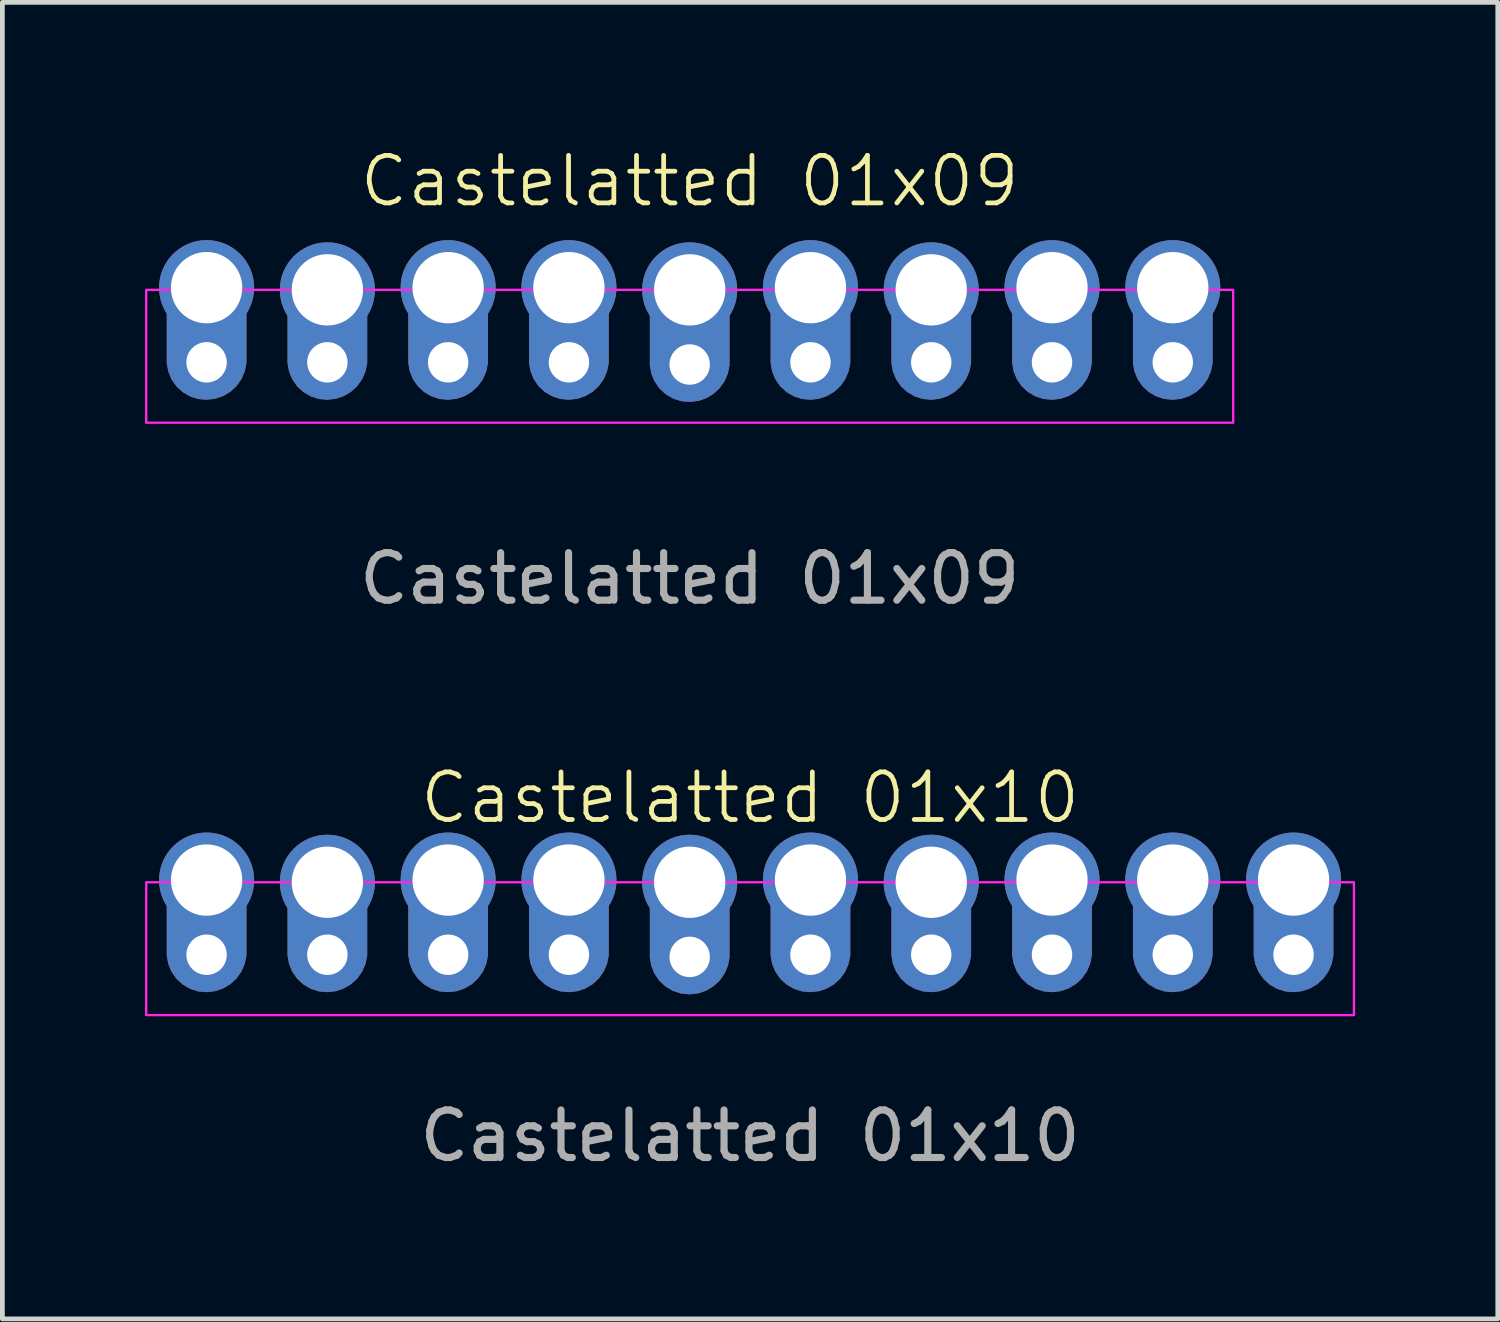
<source format=kicad_pcb>
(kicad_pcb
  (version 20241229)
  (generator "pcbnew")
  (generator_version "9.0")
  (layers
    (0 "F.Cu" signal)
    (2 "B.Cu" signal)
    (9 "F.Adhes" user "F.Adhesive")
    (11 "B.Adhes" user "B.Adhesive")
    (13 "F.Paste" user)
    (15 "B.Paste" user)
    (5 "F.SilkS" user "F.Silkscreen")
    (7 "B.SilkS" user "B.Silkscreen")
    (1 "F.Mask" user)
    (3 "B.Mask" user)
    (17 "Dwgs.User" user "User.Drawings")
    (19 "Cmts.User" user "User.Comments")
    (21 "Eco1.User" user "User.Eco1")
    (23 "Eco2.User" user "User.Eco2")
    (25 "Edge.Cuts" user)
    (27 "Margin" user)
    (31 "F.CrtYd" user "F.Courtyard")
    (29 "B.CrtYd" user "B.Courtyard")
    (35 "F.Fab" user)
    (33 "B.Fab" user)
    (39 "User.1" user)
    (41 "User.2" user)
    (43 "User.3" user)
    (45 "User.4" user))
  (footprint "Castelatted 01x09"
    (layer "F.Cu")
    (at 11.455 3.808)
    (property "Reference" "Castelatted 01x09" (at 0 -3.048 0) (unlocked yes) (layer "F.SilkS") (effects (font (size 1 1) (thickness 0.1))))
    (attr smd)
    (fp_rect (start -11.43 -0.762) (end 11.43 2.032) (stroke (width 0.05) (type default)) (fill no) (layer "F.CrtYd"))
    (fp_rect (start -10.414 0.508) (end -9.906 1.016) (stroke (width 0.1) (type default)) (fill no) (layer "F.Fab"))
    (fp_rect (start -10.414 0.508) (end -9.906 1.016) (stroke (width 0.1) (type default)) (fill no) (layer "F.Fab"))
    (fp_text user "${REFERENCE}" (at 0 5.31 0) (unlocked yes) (layer "F.Fab") (effects (font (size 1 1) (thickness 0.15))))
    (pad "1" thru_hole circle (at -10.16 -0.808 270) (size 2 2) (drill 1.5) (layers "*.Cu" "*.Mask") (remove_unused_layers yes) (keep_end_layers yes) (zone_layer_connections))
    (pad "1" thru_hole custom (at -10.16 0.762 90) (size 1.016 1.016) (drill 0.85) (layers "*.Cu" "*.Mask") (remove_unused_layers yes) (keep_end_layers yes) (zone_layer_connections) (options (anchor circle)) (primitives (gr_poly (pts (xy -0.189 0.803) (xy -0.352 0.733) (xy -0.498 0.63) (xy -0.619 0.499) (xy -0.71 0.346) (xy -0.767 0.177) (xy -0.787 0.001) (xy -0.787 -0.001) (xy -0.771 -0.179) (xy -0.716 -0.349) (xy -0.625 -0.505) (xy -0.504 -0.636) (xy -0.356 -0.739) (xy -0.19 -0.807) (xy -0.014 -0.838) (xy 1.27 -0.838) (xy 1.27 0.838) (xy -0.014 0.838)) (width 0) (fill yes))))
    (pad "2" thru_hole circle (at -7.62 -0.762 270) (size 2 2) (drill 1.5) (layers "*.Cu" "*.Mask") (remove_unused_layers yes) (keep_end_layers yes) (zone_layer_connections))
    (pad "2" thru_hole custom (at -7.62 0.762 90) (size 1.016 1.016) (drill 0.85) (layers "*.Cu" "*.Mask") (remove_unused_layers yes) (keep_end_layers yes) (zone_layer_connections) (options (anchor circle)) (primitives (gr_poly (pts (xy -0.189 0.803) (xy -0.352 0.733) (xy -0.498 0.63) (xy -0.619 0.499) (xy -0.71 0.346) (xy -0.767 0.177) (xy -0.787 0.001) (xy -0.787 -0.001) (xy -0.771 -0.179) (xy -0.716 -0.349) (xy -0.625 -0.505) (xy -0.504 -0.636) (xy -0.356 -0.739) (xy -0.19 -0.807) (xy -0.014 -0.838) (xy 1.27 -0.838) (xy 1.27 0.838) (xy -0.014 0.838)) (width 0) (fill yes))))
    (pad "3" thru_hole circle (at -5.08 -0.808 270) (size 2 2) (drill 1.5) (layers "*.Cu" "*.Mask") (remove_unused_layers yes) (keep_end_layers yes) (zone_layer_connections))
    (pad "3" thru_hole custom (at -5.08 0.762 90) (size 1.016 1.016) (drill 0.85) (layers "*.Cu" "*.Mask") (remove_unused_layers yes) (keep_end_layers yes) (zone_layer_connections) (options (anchor circle)) (primitives (gr_poly (pts (xy -0.189 0.803) (xy -0.352 0.733) (xy -0.498 0.63) (xy -0.619 0.499) (xy -0.71 0.346) (xy -0.767 0.177) (xy -0.787 0.001) (xy -0.787 -0.001) (xy -0.771 -0.179) (xy -0.716 -0.349) (xy -0.625 -0.505) (xy -0.504 -0.636) (xy -0.356 -0.739) (xy -0.19 -0.807) (xy -0.014 -0.838) (xy 1.27 -0.838) (xy 1.27 0.838) (xy -0.014 0.838)) (width 0) (fill yes))))
    (pad "4" thru_hole circle (at -2.54 -0.808 270) (size 2 2) (drill 1.5) (layers "*.Cu" "*.Mask") (remove_unused_layers yes) (keep_end_layers yes) (zone_layer_connections))
    (pad "4" thru_hole custom (at -2.54 0.762 90) (size 1.016 1.016) (drill 0.85) (layers "*.Cu" "*.Mask") (remove_unused_layers yes) (keep_end_layers yes) (zone_layer_connections) (options (anchor circle)) (primitives (gr_poly (pts (xy -0.189 0.803) (xy -0.352 0.733) (xy -0.498 0.63) (xy -0.619 0.499) (xy -0.71 0.346) (xy -0.767 0.177) (xy -0.787 0.001) (xy -0.787 -0.001) (xy -0.771 -0.179) (xy -0.716 -0.349) (xy -0.625 -0.505) (xy -0.504 -0.636) (xy -0.356 -0.739) (xy -0.19 -0.807) (xy -0.014 -0.838) (xy 1.27 -0.838) (xy 1.27 0.838) (xy -0.014 0.838)) (width 0) (fill yes))))
    (pad "5" thru_hole circle (at 0 -0.762 270) (size 2 2) (drill 1.5) (layers "*.Cu" "*.Mask") (remove_unused_layers yes) (keep_end_layers yes) (zone_layer_connections))
    (pad "5" thru_hole custom (at 0 0.808 90) (size 1.016 1.016) (drill 0.85) (layers "*.Cu" "*.Mask") (remove_unused_layers yes) (keep_end_layers yes) (zone_layer_connections) (options (anchor circle)) (primitives (gr_poly (pts (xy -0.189 0.803) (xy -0.352 0.733) (xy -0.498 0.63) (xy -0.619 0.499) (xy -0.71 0.346) (xy -0.767 0.177) (xy -0.787 0.001) (xy -0.787 -0.001) (xy -0.771 -0.179) (xy -0.716 -0.349) (xy -0.625 -0.505) (xy -0.504 -0.636) (xy -0.356 -0.739) (xy -0.19 -0.807) (xy -0.014 -0.838) (xy 1.27 -0.838) (xy 1.27 0.838) (xy -0.014 0.838)) (width 0) (fill yes))))
    (pad "6" thru_hole circle (at 2.54 -0.808 270) (size 2 2) (drill 1.5) (layers "*.Cu" "*.Mask") (remove_unused_layers yes) (keep_end_layers yes) (zone_layer_connections))
    (pad "6" thru_hole custom (at 2.54 0.762 90) (size 1.016 1.016) (drill 0.85) (layers "*.Cu" "*.Mask") (remove_unused_layers yes) (keep_end_layers yes) (zone_layer_connections) (options (anchor circle)) (primitives (gr_poly (pts (xy -0.189 0.803) (xy -0.352 0.733) (xy -0.498 0.63) (xy -0.619 0.499) (xy -0.71 0.346) (xy -0.767 0.177) (xy -0.787 0.001) (xy -0.787 -0.001) (xy -0.771 -0.179) (xy -0.716 -0.349) (xy -0.625 -0.505) (xy -0.504 -0.636) (xy -0.356 -0.739) (xy -0.19 -0.807) (xy -0.014 -0.838) (xy 1.27 -0.838) (xy 1.27 0.838) (xy -0.014 0.838)) (width 0) (fill yes))))
    (pad "7" thru_hole circle (at 5.08 -0.762 270) (size 2 2) (drill 1.5) (layers "*.Cu" "*.Mask") (remove_unused_layers yes) (keep_end_layers yes) (zone_layer_connections))
    (pad "7" thru_hole custom (at 5.08 0.762 90) (size 1.016 1.016) (drill 0.85) (layers "*.Cu" "*.Mask") (remove_unused_layers yes) (keep_end_layers yes) (zone_layer_connections) (options (anchor circle)) (primitives (gr_poly (pts (xy -0.189 0.803) (xy -0.352 0.733) (xy -0.498 0.63) (xy -0.619 0.499) (xy -0.71 0.346) (xy -0.767 0.177) (xy -0.787 0.001) (xy -0.787 -0.001) (xy -0.771 -0.179) (xy -0.716 -0.349) (xy -0.625 -0.505) (xy -0.504 -0.636) (xy -0.356 -0.739) (xy -0.19 -0.807) (xy -0.014 -0.838) (xy 1.27 -0.838) (xy 1.27 0.838) (xy -0.014 0.838)) (width 0) (fill yes))))
    (pad "8" thru_hole circle (at 7.62 -0.808 270) (size 2 2) (drill 1.5) (layers "*.Cu" "*.Mask") (remove_unused_layers yes) (keep_end_layers yes) (zone_layer_connections))
    (pad "8" thru_hole custom (at 7.62 0.762 90) (size 1.016 1.016) (drill 0.85) (layers "*.Cu" "*.Mask") (remove_unused_layers yes) (keep_end_layers yes) (zone_layer_connections) (options (anchor circle)) (primitives (gr_poly (pts (xy -0.189 0.803) (xy -0.352 0.733) (xy -0.498 0.63) (xy -0.619 0.499) (xy -0.71 0.346) (xy -0.767 0.177) (xy -0.787 0.001) (xy -0.787 -0.001) (xy -0.771 -0.179) (xy -0.716 -0.349) (xy -0.625 -0.505) (xy -0.504 -0.636) (xy -0.356 -0.739) (xy -0.19 -0.807) (xy -0.014 -0.838) (xy 1.27 -0.838) (xy 1.27 0.838) (xy -0.014 0.838)) (width 0) (fill yes))))
    (pad "9" thru_hole circle (at 10.16 -0.808 270) (size 2 2) (drill 1.5) (layers "*.Cu" "*.Mask") (remove_unused_layers yes) (keep_end_layers yes) (zone_layer_connections))
    (pad "9" thru_hole custom (at 10.16 0.762 90) (size 1.016 1.016) (drill 0.85) (layers "*.Cu" "*.Mask") (remove_unused_layers yes) (keep_end_layers yes) (zone_layer_connections) (options (anchor circle)) (primitives (gr_poly (pts (xy -0.189 0.803) (xy -0.352 0.733) (xy -0.498 0.63) (xy -0.619 0.499) (xy -0.71 0.346) (xy -0.767 0.177) (xy -0.787 0.001) (xy -0.787 -0.001) (xy -0.771 -0.179) (xy -0.716 -0.349) (xy -0.625 -0.505) (xy -0.504 -0.636) (xy -0.356 -0.739) (xy -0.19 -0.807) (xy -0.014 -0.838) (xy 1.27 -0.838) (xy 1.27 0.838) (xy -0.014 0.838)) (width 0) (fill yes)))))
  (footprint "Castelatted 01x10"
    (layer "F.Cu")
    (at 12.725 16.775)
    (property "Reference" "Castelatted 01x10" (at 0 -3.048 0) (unlocked yes) (layer "F.SilkS") (effects (font (size 1 1) (thickness 0.1))))
    (attr smd)
    (fp_rect (start -12.7 -1.27) (end 12.7 1.524) (stroke (width 0.05) (type default)) (fill no) (layer "F.CrtYd"))
    (fp_rect (start -11.684 0) (end -11.176 0.508) (stroke (width 0.1) (type default)) (fill no) (layer "F.Fab"))
    (fp_rect (start -11.684 0) (end -11.176 0.508) (stroke (width 0.1) (type default)) (fill no) (layer "F.Fab"))
    (fp_text user "${REFERENCE}" (at 0 4.064 0) (unlocked yes) (layer "F.Fab") (effects (font (size 1 1) (thickness 0.15))))
    (pad "1" thru_hole circle (at -11.43 -1.316 270) (size 2 2) (drill 1.5) (layers "*.Cu" "*.Mask") (remove_unused_layers yes) (keep_end_layers yes) (zone_layer_connections))
    (pad "1" thru_hole custom (at -11.43 0.254 90) (size 1.016 1.016) (drill 0.85) (layers "*.Cu" "*.Mask") (remove_unused_layers yes) (keep_end_layers yes) (zone_layer_connections) (options (anchor circle)) (primitives (gr_poly (pts (xy -0.189 0.803) (xy -0.352 0.733) (xy -0.498 0.63) (xy -0.619 0.499) (xy -0.71 0.346) (xy -0.767 0.177) (xy -0.787 0.001) (xy -0.787 -0.001) (xy -0.771 -0.179) (xy -0.716 -0.349) (xy -0.625 -0.505) (xy -0.504 -0.636) (xy -0.356 -0.739) (xy -0.19 -0.807) (xy -0.014 -0.838) (xy 1.27 -0.838) (xy 1.27 0.838) (xy -0.014 0.838)) (width 0) (fill yes))))
    (pad "2" thru_hole circle (at -8.89 -1.27 270) (size 2 2) (drill 1.5) (layers "*.Cu" "*.Mask") (remove_unused_layers yes) (keep_end_layers yes) (zone_layer_connections))
    (pad "2" thru_hole custom (at -8.89 0.254 90) (size 1.016 1.016) (drill 0.85) (layers "*.Cu" "*.Mask") (remove_unused_layers yes) (keep_end_layers yes) (zone_layer_connections) (options (anchor circle)) (primitives (gr_poly (pts (xy -0.189 0.803) (xy -0.352 0.733) (xy -0.498 0.63) (xy -0.619 0.499) (xy -0.71 0.346) (xy -0.767 0.177) (xy -0.787 0.001) (xy -0.787 -0.001) (xy -0.771 -0.179) (xy -0.716 -0.349) (xy -0.625 -0.505) (xy -0.504 -0.636) (xy -0.356 -0.739) (xy -0.19 -0.807) (xy -0.014 -0.838) (xy 1.27 -0.838) (xy 1.27 0.838) (xy -0.014 0.838)) (width 0) (fill yes))))
    (pad "3" thru_hole circle (at -6.35 -1.316 270) (size 2 2) (drill 1.5) (layers "*.Cu" "*.Mask") (remove_unused_layers yes) (keep_end_layers yes) (zone_layer_connections))
    (pad "3" thru_hole custom (at -6.35 0.254 90) (size 1.016 1.016) (drill 0.85) (layers "*.Cu" "*.Mask") (remove_unused_layers yes) (keep_end_layers yes) (zone_layer_connections) (options (anchor circle)) (primitives (gr_poly (pts (xy -0.189 0.803) (xy -0.352 0.733) (xy -0.498 0.63) (xy -0.619 0.499) (xy -0.71 0.346) (xy -0.767 0.177) (xy -0.787 0.001) (xy -0.787 -0.001) (xy -0.771 -0.179) (xy -0.716 -0.349) (xy -0.625 -0.505) (xy -0.504 -0.636) (xy -0.356 -0.739) (xy -0.19 -0.807) (xy -0.014 -0.838) (xy 1.27 -0.838) (xy 1.27 0.838) (xy -0.014 0.838)) (width 0) (fill yes))))
    (pad "4" thru_hole circle (at -3.81 -1.316 270) (size 2 2) (drill 1.5) (layers "*.Cu" "*.Mask") (remove_unused_layers yes) (keep_end_layers yes) (zone_layer_connections))
    (pad "4" thru_hole custom (at -3.81 0.254 90) (size 1.016 1.016) (drill 0.85) (layers "*.Cu" "*.Mask") (remove_unused_layers yes) (keep_end_layers yes) (zone_layer_connections) (options (anchor circle)) (primitives (gr_poly (pts (xy -0.189 0.803) (xy -0.352 0.733) (xy -0.498 0.63) (xy -0.619 0.499) (xy -0.71 0.346) (xy -0.767 0.177) (xy -0.787 0.001) (xy -0.787 -0.001) (xy -0.771 -0.179) (xy -0.716 -0.349) (xy -0.625 -0.505) (xy -0.504 -0.636) (xy -0.356 -0.739) (xy -0.19 -0.807) (xy -0.014 -0.838) (xy 1.27 -0.838) (xy 1.27 0.838) (xy -0.014 0.838)) (width 0) (fill yes))))
    (pad "5" thru_hole circle (at -1.27 -1.27 270) (size 2 2) (drill 1.5) (layers "*.Cu" "*.Mask") (remove_unused_layers yes) (keep_end_layers yes) (zone_layer_connections))
    (pad "5" thru_hole custom (at -1.27 0.3 90) (size 1.016 1.016) (drill 0.85) (layers "*.Cu" "*.Mask") (remove_unused_layers yes) (keep_end_layers yes) (zone_layer_connections) (options (anchor circle)) (primitives (gr_poly (pts (xy -0.189 0.803) (xy -0.352 0.733) (xy -0.498 0.63) (xy -0.619 0.499) (xy -0.71 0.346) (xy -0.767 0.177) (xy -0.787 0.001) (xy -0.787 -0.001) (xy -0.771 -0.179) (xy -0.716 -0.349) (xy -0.625 -0.505) (xy -0.504 -0.636) (xy -0.356 -0.739) (xy -0.19 -0.807) (xy -0.014 -0.838) (xy 1.27 -0.838) (xy 1.27 0.838) (xy -0.014 0.838)) (width 0) (fill yes))))
    (pad "6" thru_hole circle (at 1.27 -1.316 270) (size 2 2) (drill 1.5) (layers "*.Cu" "*.Mask") (remove_unused_layers yes) (keep_end_layers yes) (zone_layer_connections))
    (pad "6" thru_hole custom (at 1.27 0.254 90) (size 1.016 1.016) (drill 0.85) (layers "*.Cu" "*.Mask") (remove_unused_layers yes) (keep_end_layers yes) (zone_layer_connections) (options (anchor circle)) (primitives (gr_poly (pts (xy -0.189 0.803) (xy -0.352 0.733) (xy -0.498 0.63) (xy -0.619 0.499) (xy -0.71 0.346) (xy -0.767 0.177) (xy -0.787 0.001) (xy -0.787 -0.001) (xy -0.771 -0.179) (xy -0.716 -0.349) (xy -0.625 -0.505) (xy -0.504 -0.636) (xy -0.356 -0.739) (xy -0.19 -0.807) (xy -0.014 -0.838) (xy 1.27 -0.838) (xy 1.27 0.838) (xy -0.014 0.838)) (width 0) (fill yes))))
    (pad "7" thru_hole circle (at 3.81 -1.27 270) (size 2 2) (drill 1.5) (layers "*.Cu" "*.Mask") (remove_unused_layers yes) (keep_end_layers yes) (zone_layer_connections))
    (pad "7" thru_hole custom (at 3.81 0.254 90) (size 1.016 1.016) (drill 0.85) (layers "*.Cu" "*.Mask") (remove_unused_layers yes) (keep_end_layers yes) (zone_layer_connections) (options (anchor circle)) (primitives (gr_poly (pts (xy -0.189 0.803) (xy -0.352 0.733) (xy -0.498 0.63) (xy -0.619 0.499) (xy -0.71 0.346) (xy -0.767 0.177) (xy -0.787 0.001) (xy -0.787 -0.001) (xy -0.771 -0.179) (xy -0.716 -0.349) (xy -0.625 -0.505) (xy -0.504 -0.636) (xy -0.356 -0.739) (xy -0.19 -0.807) (xy -0.014 -0.838) (xy 1.27 -0.838) (xy 1.27 0.838) (xy -0.014 0.838)) (width 0) (fill yes))))
    (pad "8" thru_hole circle (at 6.35 -1.316 270) (size 2 2) (drill 1.5) (layers "*.Cu" "*.Mask") (remove_unused_layers yes) (keep_end_layers yes) (zone_layer_connections))
    (pad "8" thru_hole custom (at 6.35 0.254 90) (size 1.016 1.016) (drill 0.85) (layers "*.Cu" "*.Mask") (remove_unused_layers yes) (keep_end_layers yes) (zone_layer_connections) (options (anchor circle)) (primitives (gr_poly (pts (xy -0.189 0.803) (xy -0.352 0.733) (xy -0.498 0.63) (xy -0.619 0.499) (xy -0.71 0.346) (xy -0.767 0.177) (xy -0.787 0.001) (xy -0.787 -0.001) (xy -0.771 -0.179) (xy -0.716 -0.349) (xy -0.625 -0.505) (xy -0.504 -0.636) (xy -0.356 -0.739) (xy -0.19 -0.807) (xy -0.014 -0.838) (xy 1.27 -0.838) (xy 1.27 0.838) (xy -0.014 0.838)) (width 0) (fill yes))))
    (pad "9" thru_hole circle (at 8.89 -1.316 270) (size 2 2) (drill 1.5) (layers "*.Cu" "*.Mask") (remove_unused_layers yes) (keep_end_layers yes) (zone_layer_connections))
    (pad "9" thru_hole custom (at 8.89 0.254 90) (size 1.016 1.016) (drill 0.85) (layers "*.Cu" "*.Mask") (remove_unused_layers yes) (keep_end_layers yes) (zone_layer_connections) (options (anchor circle)) (primitives (gr_poly (pts (xy -0.189 0.803) (xy -0.352 0.733) (xy -0.498 0.63) (xy -0.619 0.499) (xy -0.71 0.346) (xy -0.767 0.177) (xy -0.787 0.001) (xy -0.787 -0.001) (xy -0.771 -0.179) (xy -0.716 -0.349) (xy -0.625 -0.505) (xy -0.504 -0.636) (xy -0.356 -0.739) (xy -0.19 -0.807) (xy -0.014 -0.838) (xy 1.27 -0.838) (xy 1.27 0.838) (xy -0.014 0.838)) (width 0) (fill yes))))
    (pad "10" thru_hole circle (at 11.43 -1.316 270) (size 2 2) (drill 1.5) (layers "*.Cu" "*.Mask") (remove_unused_layers yes) (keep_end_layers yes) (zone_layer_connections))
    (pad "10" thru_hole custom (at 11.43 0.254 90) (size 1.016 1.016) (drill 0.85) (layers "*.Cu" "*.Mask") (remove_unused_layers yes) (keep_end_layers yes) (zone_layer_connections) (options (anchor circle)) (primitives (gr_poly (pts (xy -0.189 0.803) (xy -0.352 0.733) (xy -0.498 0.63) (xy -0.619 0.499) (xy -0.71 0.346) (xy -0.767 0.177) (xy -0.787 0.001) (xy -0.787 -0.001) (xy -0.771 -0.179) (xy -0.716 -0.349) (xy -0.625 -0.505) (xy -0.504 -0.636) (xy -0.356 -0.739) (xy -0.19 -0.807) (xy -0.014 -0.838) (xy 1.27 -0.838) (xy 1.27 0.838) (xy -0.014 0.838)) (width 0) (fill yes)))))
  (gr_rect
    (start -3 -3)
    (end 28.45 24.688)
    (stroke (width 0.1) (type default))
    (fill no)
    (layer "Edge.Cuts")))
</source>
